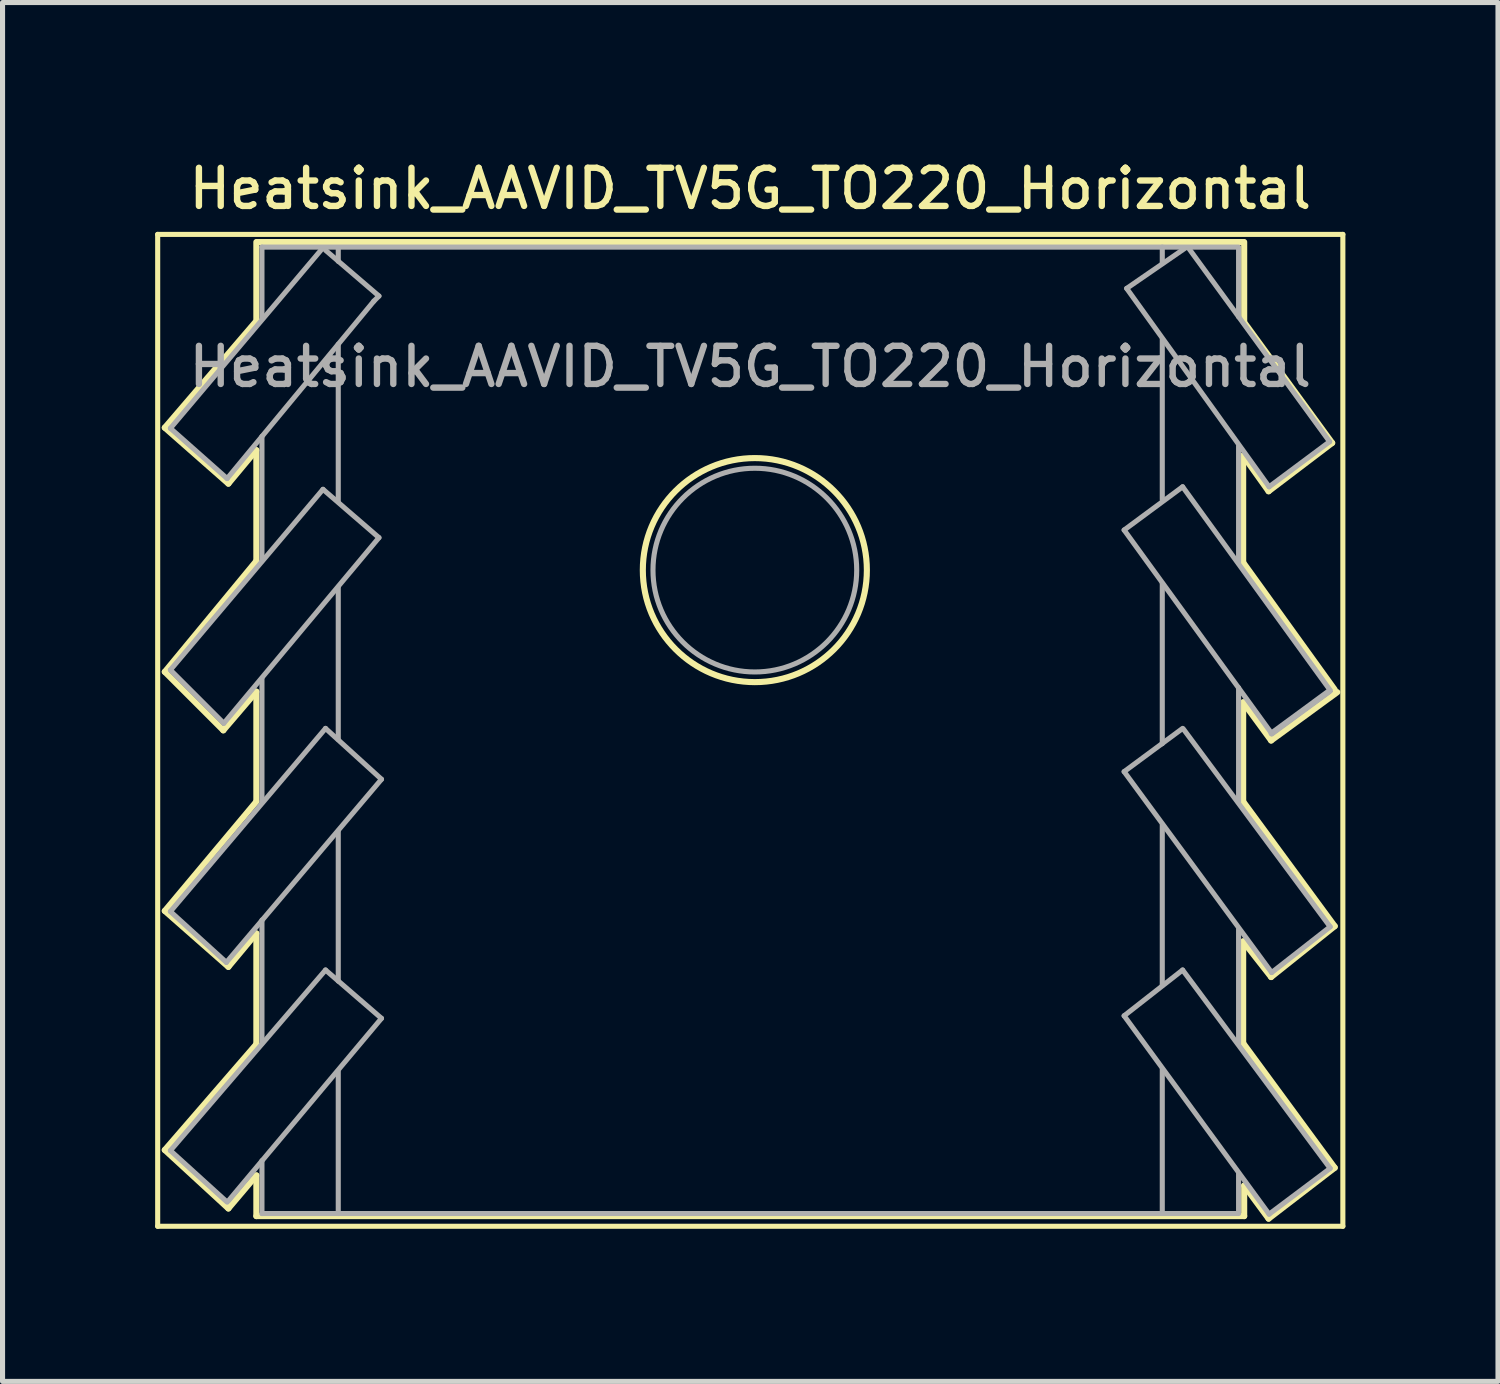
<source format=kicad_pcb>
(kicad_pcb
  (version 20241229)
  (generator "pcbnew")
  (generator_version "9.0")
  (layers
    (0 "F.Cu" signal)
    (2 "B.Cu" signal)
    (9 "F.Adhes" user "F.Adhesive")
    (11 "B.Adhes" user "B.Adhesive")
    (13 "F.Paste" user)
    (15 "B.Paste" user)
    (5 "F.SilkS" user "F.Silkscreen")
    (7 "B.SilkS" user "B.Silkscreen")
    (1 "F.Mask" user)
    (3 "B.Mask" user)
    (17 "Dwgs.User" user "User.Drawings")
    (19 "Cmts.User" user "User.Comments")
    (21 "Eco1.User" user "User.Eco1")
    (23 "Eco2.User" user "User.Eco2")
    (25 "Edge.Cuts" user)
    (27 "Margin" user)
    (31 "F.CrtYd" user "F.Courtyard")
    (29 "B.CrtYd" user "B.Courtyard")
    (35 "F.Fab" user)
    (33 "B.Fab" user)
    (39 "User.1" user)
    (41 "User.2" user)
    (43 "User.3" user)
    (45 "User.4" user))
  (footprint "Heatsink_AAVID_TV5G_TO220_Horizontal"
    (layer "F.Cu")
    (at 11.7 8.158)
    (property "Reference" "Heatsink_AAVID_TV5G_TO220_Horizontal" (at 0 -7.5 0) (layer "F.SilkS") (effects (font (size 0.75 0.75) (thickness 0.125))))
    (attr through_hole)
    (fp_line (start -11.65 -6.6) (end -11.65 12.9) (stroke (width 0.1) (type solid)) (layer "F.SilkS"))
    (fp_line (start -11.65 12.9) (end 11.65 12.9) (stroke (width 0.1) (type solid)) (layer "F.SilkS"))
    (fp_line (start -11.51 -2.8) (end -9.7 -4.91) (stroke (width 0.12) (type solid)) (layer "F.SilkS"))
    (fp_line (start -11.51 2) (end -9.71 -0.18) (stroke (width 0.12) (type solid)) (layer "F.SilkS"))
    (fp_line (start -11.51 6.7) (end -9.71 4.55) (stroke (width 0.12) (type solid)) (layer "F.SilkS"))
    (fp_line (start -11.51 11.4) (end -9.71 9.32) (stroke (width 0.12) (type solid)) (layer "F.SilkS"))
    (fp_line (start -10.36 3.15) (end -11.51 2) (stroke (width 0.12) (type solid)) (layer "F.SilkS"))
    (fp_line (start -10.26 -1.7) (end -11.51 -2.8) (stroke (width 0.12) (type solid)) (layer "F.SilkS"))
    (fp_line (start -10.26 7.8) (end -11.51 6.7) (stroke (width 0.12) (type solid)) (layer "F.SilkS"))
    (fp_line (start -10.26 12.55) (end -11.51 11.4) (stroke (width 0.12) (type solid)) (layer "F.SilkS"))
    (fp_line (start -9.71 -4.94) (end -9.71 -6.45) (stroke (width 0.12) (type solid)) (layer "F.SilkS"))
    (fp_line (start -9.71 -2.36) (end -10.26 -1.7) (stroke (width 0.12) (type solid)) (layer "F.SilkS"))
    (fp_line (start -9.71 -0.19) (end -9.71 -2.35) (stroke (width 0.12) (type solid)) (layer "F.SilkS"))
    (fp_line (start -9.71 2.39) (end -10.36 3.15) (stroke (width 0.12) (type solid)) (layer "F.SilkS"))
    (fp_line (start -9.71 4.54) (end -9.71 2.39) (stroke (width 0.12) (type solid)) (layer "F.SilkS"))
    (fp_line (start -9.71 7.14) (end -10.26 7.8) (stroke (width 0.12) (type solid)) (layer "F.SilkS"))
    (fp_line (start -9.71 9.32) (end -9.71 7.15) (stroke (width 0.12) (type solid)) (layer "F.SilkS"))
    (fp_line (start -9.71 11.9) (end -10.26 12.55) (stroke (width 0.12) (type solid)) (layer "F.SilkS"))
    (fp_line (start -9.71 12.7) (end -9.71 11.9) (stroke (width 0.12) (type solid)) (layer "F.SilkS"))
    (fp_line (start -9.69 -6.45) (end 9.69 -6.45) (stroke (width 0.12) (type solid)) (layer "F.SilkS"))
    (fp_line (start 9.69 -4.9) (end 11.44 -2.5) (stroke (width 0.12) (type solid)) (layer "F.SilkS"))
    (fp_line (start 9.69 -2.25) (end 9.69 -0.15) (stroke (width 0.12) (type solid)) (layer "F.SilkS"))
    (fp_line (start 9.69 -0.15) (end 11.49 2.35) (stroke (width 0.12) (type solid)) (layer "F.SilkS"))
    (fp_line (start 9.69 2.6) (end 9.69 4.55) (stroke (width 0.12) (type solid)) (layer "F.SilkS"))
    (fp_line (start 9.69 4.55) (end 11.49 7) (stroke (width 0.12) (type solid)) (layer "F.SilkS"))
    (fp_line (start 9.69 7.3) (end 9.69 9.3) (stroke (width 0.12) (type solid)) (layer "F.SilkS"))
    (fp_line (start 9.69 9.3) (end 11.49 11.75) (stroke (width 0.12) (type solid)) (layer "F.SilkS"))
    (fp_line (start 9.71 -6.45) (end 9.71 -4.9) (stroke (width 0.12) (type solid)) (layer "F.SilkS"))
    (fp_line (start 9.71 12.1) (end 9.71 12.7) (stroke (width 0.12) (type solid)) (layer "F.SilkS"))
    (fp_line (start 9.71 12.7) (end -9.71 12.7) (stroke (width 0.12) (type solid)) (layer "F.SilkS"))
    (fp_line (start 10.19 -1.55) (end 9.69 -2.25) (stroke (width 0.12) (type solid)) (layer "F.SilkS"))
    (fp_line (start 10.19 12.75) (end 9.71 12.1) (stroke (width 0.12) (type solid)) (layer "F.SilkS"))
    (fp_line (start 10.24 3.35) (end 9.69 2.6) (stroke (width 0.12) (type solid)) (layer "F.SilkS"))
    (fp_line (start 10.24 8) (end 9.69 7.3) (stroke (width 0.12) (type solid)) (layer "F.SilkS"))
    (fp_line (start 11.44 -2.5) (end 10.19 -1.55) (stroke (width 0.12) (type solid)) (layer "F.SilkS"))
    (fp_line (start 11.49 7) (end 10.24 8) (stroke (width 0.12) (type solid)) (layer "F.SilkS"))
    (fp_line (start 11.49 11.75) (end 10.19 12.75) (stroke (width 0.12) (type solid)) (layer "F.SilkS"))
    (fp_line (start 11.54 2.4) (end 10.24 3.35) (stroke (width 0.12) (type solid)) (layer "F.SilkS"))
    (fp_line (start 11.65 -6.6) (end -11.65 -6.6) (stroke (width 0.1) (type solid)) (layer "F.SilkS"))
    (fp_line (start 11.65 12.9) (end 11.65 -6.6) (stroke (width 0.1) (type solid)) (layer "F.SilkS"))
    (fp_circle (center 0.09 0) (end 2.29 -0.1) (stroke (width 0.12) (type solid)) (fill no) (layer "F.SilkS"))
    (fp_line (start -11.4 -2.788) (end -10.285 -1.8) (stroke (width 0.1) (type solid)) (layer "F.Fab"))
    (fp_line (start -11.4 1.962) (end -10.35 3.012) (stroke (width 0.1) (type solid)) (layer "F.Fab"))
    (fp_line (start -11.4 1.962) (end -8.4 -1.588) (stroke (width 0.1) (type solid)) (layer "F.Fab"))
    (fp_line (start -11.4 6.712) (end -8.35 3.112) (stroke (width 0.1) (type solid)) (layer "F.Fab"))
    (fp_line (start -11.4 11.412) (end -10.285 12.425) (stroke (width 0.1) (type solid)) (layer "F.Fab"))
    (fp_line (start -11.4 11.412) (end -8.35 7.862) (stroke (width 0.1) (type solid)) (layer "F.Fab"))
    (fp_line (start -10.35 3.012) (end -7.3 -0.638) (stroke (width 0.1) (type solid)) (layer "F.Fab"))
    (fp_line (start -10.3 7.712) (end -11.4 6.712) (stroke (width 0.1) (type solid)) (layer "F.Fab"))
    (fp_line (start -10.285 -1.8) (end -7.4 -5.288) (stroke (width 0.1) (type solid)) (layer "F.Fab"))
    (fp_line (start -9.6 -6.35) (end -9.6 -4.95) (stroke (width 0.1) (type solid)) (layer "F.Fab"))
    (fp_line (start -9.6 -2.63) (end -9.6 -0.18) (stroke (width 0.1) (type solid)) (layer "F.Fab"))
    (fp_line (start -9.6 2.13) (end -9.6 4.56) (stroke (width 0.1) (type solid)) (layer "F.Fab"))
    (fp_line (start -9.6 6.88) (end -9.6 9.3) (stroke (width 0.1) (type solid)) (layer "F.Fab"))
    (fp_line (start -9.6 11.61) (end -9.6 12.65) (stroke (width 0.1) (type solid)) (layer "F.Fab"))
    (fp_line (start -9.6 12.65) (end 9.6 12.65) (stroke (width 0.1) (type solid)) (layer "F.Fab"))
    (fp_line (start -8.4 -6.338) (end -11.4 -2.788) (stroke (width 0.1) (type solid)) (layer "F.Fab"))
    (fp_line (start -8.35 -6.288) (end -7.3 -5.388) (stroke (width 0.1) (type solid)) (layer "F.Fab"))
    (fp_line (start -8.35 3.112) (end -7.25 4.112) (stroke (width 0.1) (type solid)) (layer "F.Fab"))
    (fp_line (start -8.35 7.862) (end -7.25 8.812) (stroke (width 0.1) (type solid)) (layer "F.Fab"))
    (fp_line (start -8.1 -6.338) (end -8.1 -6.07) (stroke (width 0.1) (type solid)) (layer "F.Fab"))
    (fp_line (start -8.1 -4.44) (end -8.1 -1.35) (stroke (width 0.1) (type solid)) (layer "F.Fab"))
    (fp_line (start -8.1 0.34) (end -8.1 3.33) (stroke (width 0.1) (type solid)) (layer "F.Fab"))
    (fp_line (start -8.1 5.13) (end -8.1 8.08) (stroke (width 0.1) (type solid)) (layer "F.Fab"))
    (fp_line (start -8.1 9.86) (end -8.1 12.65) (stroke (width 0.1) (type solid)) (layer "F.Fab"))
    (fp_line (start -7.3 -5.388) (end -7.4 -5.288) (stroke (width 0.1) (type solid)) (layer "F.Fab"))
    (fp_line (start -7.3 -0.638) (end -8.4 -1.588) (stroke (width 0.1) (type solid)) (layer "F.Fab"))
    (fp_line (start -7.25 4.112) (end -10.3 7.712) (stroke (width 0.1) (type solid)) (layer "F.Fab"))
    (fp_line (start -7.25 8.812) (end -10.26 12.4) (stroke (width 0.1) (type solid)) (layer "F.Fab"))
    (fp_line (start 7.35 -0.788) (end 8.5 -1.638) (stroke (width 0.1) (type solid)) (layer "F.Fab"))
    (fp_line (start 7.35 3.962) (end 8.5 3.112) (stroke (width 0.1) (type solid)) (layer "F.Fab"))
    (fp_line (start 7.35 8.762) (end 10.2 12.662) (stroke (width 0.1) (type solid)) (layer "F.Fab"))
    (fp_line (start 7.4 -5.538) (end 10.2 -1.638) (stroke (width 0.1) (type solid)) (layer "F.Fab"))
    (fp_line (start 8.1 -6.35) (end 8.1 -6.03) (stroke (width 0.1) (type solid)) (layer "F.Fab"))
    (fp_line (start 8.1 -4.538) (end 8.1 -1.388) (stroke (width 0.1) (type solid)) (layer "F.Fab"))
    (fp_line (start 8.1 0.262) (end 8.1 3.412) (stroke (width 0.1) (type solid)) (layer "F.Fab"))
    (fp_line (start 8.1 5.012) (end 8.1 8.162) (stroke (width 0.1) (type solid)) (layer "F.Fab"))
    (fp_line (start 8.1 9.812) (end 8.1 12.612) (stroke (width 0.1) (type solid)) (layer "F.Fab"))
    (fp_line (start 8.5 -1.638) (end 11.4 2.362) (stroke (width 0.1) (type solid)) (layer "F.Fab"))
    (fp_line (start 8.5 7.862) (end 7.35 8.762) (stroke (width 0.1) (type solid)) (layer "F.Fab"))
    (fp_line (start 8.515 3.125) (end 11.4 7.012) (stroke (width 0.1) (type solid)) (layer "F.Fab"))
    (fp_line (start 8.55 -6.33) (end 7.4 -5.538) (stroke (width 0.1) (type solid)) (layer "F.Fab"))
    (fp_line (start 9.6 -6.35) (end -9.6 -6.35) (stroke (width 0.1) (type solid)) (layer "F.Fab"))
    (fp_line (start 9.6 -6.338) (end 9.6 -4.98) (stroke (width 0.1) (type solid)) (layer "F.Fab"))
    (fp_line (start 9.6 -2.438) (end 9.6 -0.138) (stroke (width 0.1) (type solid)) (layer "F.Fab"))
    (fp_line (start 9.6 2.312) (end 9.6 4.562) (stroke (width 0.1) (type solid)) (layer "F.Fab"))
    (fp_line (start 9.6 7.062) (end 9.6 9.312) (stroke (width 0.1) (type solid)) (layer "F.Fab"))
    (fp_line (start 9.6 11.862) (end 9.6 12.612) (stroke (width 0.1) (type solid)) (layer "F.Fab"))
    (fp_line (start 10.2 -1.638) (end 11.39 -2.525) (stroke (width 0.1) (type solid)) (layer "F.Fab"))
    (fp_line (start 10.2 12.662) (end 11.4 11.762) (stroke (width 0.1) (type solid)) (layer "F.Fab"))
    (fp_line (start 10.25 3.212) (end 7.35 -0.788) (stroke (width 0.1) (type solid)) (layer "F.Fab"))
    (fp_line (start 10.25 7.912) (end 7.35 3.962) (stroke (width 0.1) (type solid)) (layer "F.Fab"))
    (fp_line (start 11.39 -2.525) (end 8.61 -6.34) (stroke (width 0.1) (type solid)) (layer "F.Fab"))
    (fp_line (start 11.39 2.375) (end 10.25 3.212) (stroke (width 0.12) (type solid)) (layer "F.Fab"))
    (fp_line (start 11.4 7.012) (end 10.25 7.912) (stroke (width 0.1) (type solid)) (layer "F.Fab"))
    (fp_line (start 11.4 11.762) (end 8.5 7.862) (stroke (width 0.1) (type solid)) (layer "F.Fab"))
    (fp_circle (center 0.09 0) (end 2.09 0.1) (stroke (width 0.1) (type solid)) (fill no) (layer "F.Fab"))
    (fp_text user "${REFERENCE}" (at 0 -4 0) (layer "F.Fab") (effects (font (size 0.75 0.75) (thickness 0.125)))))
  (gr_rect
    (start -3 -3)
    (end 26.4 24.108)
    (stroke (width 0.1) (type default))
    (fill no)
    (layer "Edge.Cuts")))
</source>
